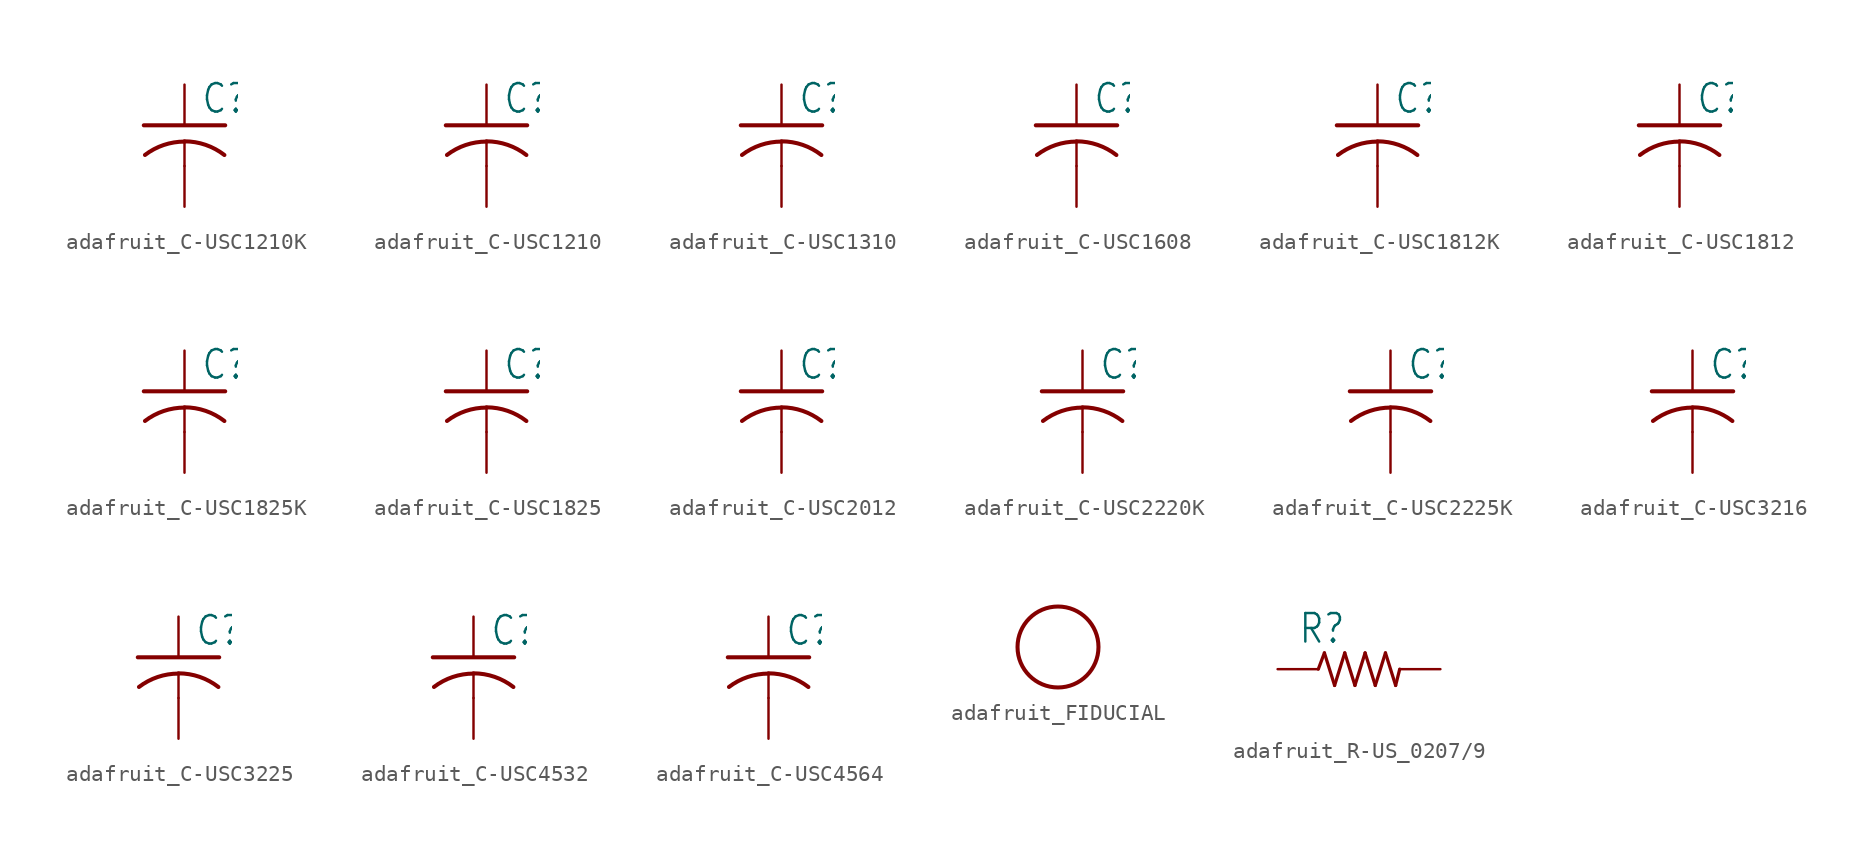
<source format=kicad_sym>
(kicad_symbol_lib
  (version 20220914)
  (generator kicad_symbol_editor)
  (symbol "adafruit_C-USC1210K"
    (property "Reference" "C"
      (at 1.016 0.635 0)
      (effects (font (size 1.778 1.511)) (justify left bottom)))
    (property "Value" ""
      (at 1.016 -4.191 0)
      (effects (font (size 1.778 1.511)) (justify left bottom)))
    (property "ki_locked" ""
      (at 0 0 0)
      (effects (font (size 1.27 1.27))))
    (symbol "adafruit_C-USC1210K_1_0"
      (arc (start 0 -1.0161) (mid -1.302 -1.2303) (end -2.4668 -1.8504) (stroke (width 0.254) (type solid)) (fill (type none)))
      (polyline (pts (xy -2.54 0) (xy 2.54 0)) (stroke (width 0.254) (type solid)) (fill (type none)))
      (polyline (pts (xy 0 -1.016) (xy 0 -2.54)) (stroke (width 0.152) (type solid)) (fill (type none)))
      (arc (start 2.4892 -1.8541) (mid 1.3158 -1.2194) (end 0 -1) (stroke (width 0.254) (type solid)) (fill (type none)))
      (pin passive line (at 0 2.54 270) (length 2.54) (name "1" (effects (font (size 0 0)))) (number "1" (effects (font (size 0 0)))))
      (pin passive line (at 0 -5.08 90) (length 2.54) (name "2" (effects (font (size 0 0)))) (number "2" (effects (font (size 0 0)))))))
  (symbol "adafruit_C-USC1210"
    (property "Reference" "C"
      (at 1.016 0.635 0)
      (effects (font (size 1.778 1.511)) (justify left bottom)))
    (property "Value" ""
      (at 1.016 -4.191 0)
      (effects (font (size 1.778 1.511)) (justify left bottom)))
    (property "ki_locked" ""
      (at 0 0 0)
      (effects (font (size 1.27 1.27))))
    (symbol "adafruit_C-USC1210_1_0"
      (arc (start 0 -1.0161) (mid -1.302 -1.2303) (end -2.4668 -1.8504) (stroke (width 0.254) (type solid)) (fill (type none)))
      (polyline (pts (xy -2.54 0) (xy 2.54 0)) (stroke (width 0.254) (type solid)) (fill (type none)))
      (polyline (pts (xy 0 -1.016) (xy 0 -2.54)) (stroke (width 0.152) (type solid)) (fill (type none)))
      (arc (start 2.4892 -1.8541) (mid 1.3158 -1.2194) (end 0 -1) (stroke (width 0.254) (type solid)) (fill (type none)))
      (pin passive line (at 0 2.54 270) (length 2.54) (name "1" (effects (font (size 0 0)))) (number "1" (effects (font (size 0 0)))))
      (pin passive line (at 0 -5.08 90) (length 2.54) (name "2" (effects (font (size 0 0)))) (number "2" (effects (font (size 0 0)))))))
  (symbol "adafruit_C-USC1310"
    (property "Reference" "C"
      (at 1.016 0.635 0)
      (effects (font (size 1.778 1.511)) (justify left bottom)))
    (property "Value" ""
      (at 1.016 -4.191 0)
      (effects (font (size 1.778 1.511)) (justify left bottom)))
    (property "ki_locked" ""
      (at 0 0 0)
      (effects (font (size 1.27 1.27))))
    (symbol "adafruit_C-USC1310_1_0"
      (arc (start 0 -1.0161) (mid -1.302 -1.2303) (end -2.4668 -1.8504) (stroke (width 0.254) (type solid)) (fill (type none)))
      (polyline (pts (xy -2.54 0) (xy 2.54 0)) (stroke (width 0.254) (type solid)) (fill (type none)))
      (polyline (pts (xy 0 -1.016) (xy 0 -2.54)) (stroke (width 0.152) (type solid)) (fill (type none)))
      (arc (start 2.4892 -1.8541) (mid 1.3158 -1.2194) (end 0 -1) (stroke (width 0.254) (type solid)) (fill (type none)))
      (pin passive line (at 0 2.54 270) (length 2.54) (name "1" (effects (font (size 0 0)))) (number "1" (effects (font (size 0 0)))))
      (pin passive line (at 0 -5.08 90) (length 2.54) (name "2" (effects (font (size 0 0)))) (number "2" (effects (font (size 0 0)))))))
  (symbol "adafruit_C-USC1608"
    (property "Reference" "C"
      (at 1.016 0.635 0)
      (effects (font (size 1.778 1.511)) (justify left bottom)))
    (property "Value" ""
      (at 1.016 -4.191 0)
      (effects (font (size 1.778 1.511)) (justify left bottom)))
    (property "ki_locked" ""
      (at 0 0 0)
      (effects (font (size 1.27 1.27))))
    (symbol "adafruit_C-USC1608_1_0"
      (arc (start 0 -1.0161) (mid -1.302 -1.2303) (end -2.4668 -1.8504) (stroke (width 0.254) (type solid)) (fill (type none)))
      (polyline (pts (xy -2.54 0) (xy 2.54 0)) (stroke (width 0.254) (type solid)) (fill (type none)))
      (polyline (pts (xy 0 -1.016) (xy 0 -2.54)) (stroke (width 0.152) (type solid)) (fill (type none)))
      (arc (start 2.4892 -1.8541) (mid 1.3158 -1.2194) (end 0 -1) (stroke (width 0.254) (type solid)) (fill (type none)))
      (pin passive line (at 0 2.54 270) (length 2.54) (name "1" (effects (font (size 0 0)))) (number "1" (effects (font (size 0 0)))))
      (pin passive line (at 0 -5.08 90) (length 2.54) (name "2" (effects (font (size 0 0)))) (number "2" (effects (font (size 0 0)))))))
  (symbol "adafruit_C-USC1812K"
    (property "Reference" "C"
      (at 1.016 0.635 0)
      (effects (font (size 1.778 1.511)) (justify left bottom)))
    (property "Value" ""
      (at 1.016 -4.191 0)
      (effects (font (size 1.778 1.511)) (justify left bottom)))
    (property "ki_locked" ""
      (at 0 0 0)
      (effects (font (size 1.27 1.27))))
    (symbol "adafruit_C-USC1812K_1_0"
      (arc (start 0 -1.0161) (mid -1.302 -1.2303) (end -2.4668 -1.8504) (stroke (width 0.254) (type solid)) (fill (type none)))
      (polyline (pts (xy -2.54 0) (xy 2.54 0)) (stroke (width 0.254) (type solid)) (fill (type none)))
      (polyline (pts (xy 0 -1.016) (xy 0 -2.54)) (stroke (width 0.152) (type solid)) (fill (type none)))
      (arc (start 2.4892 -1.8541) (mid 1.3158 -1.2194) (end 0 -1) (stroke (width 0.254) (type solid)) (fill (type none)))
      (pin passive line (at 0 2.54 270) (length 2.54) (name "1" (effects (font (size 0 0)))) (number "1" (effects (font (size 0 0)))))
      (pin passive line (at 0 -5.08 90) (length 2.54) (name "2" (effects (font (size 0 0)))) (number "2" (effects (font (size 0 0)))))))
  (symbol "adafruit_C-USC1812"
    (property "Reference" "C"
      (at 1.016 0.635 0)
      (effects (font (size 1.778 1.511)) (justify left bottom)))
    (property "Value" ""
      (at 1.016 -4.191 0)
      (effects (font (size 1.778 1.511)) (justify left bottom)))
    (property "ki_locked" ""
      (at 0 0 0)
      (effects (font (size 1.27 1.27))))
    (symbol "adafruit_C-USC1812_1_0"
      (arc (start 0 -1.0161) (mid -1.302 -1.2303) (end -2.4668 -1.8504) (stroke (width 0.254) (type solid)) (fill (type none)))
      (polyline (pts (xy -2.54 0) (xy 2.54 0)) (stroke (width 0.254) (type solid)) (fill (type none)))
      (polyline (pts (xy 0 -1.016) (xy 0 -2.54)) (stroke (width 0.152) (type solid)) (fill (type none)))
      (arc (start 2.4892 -1.8541) (mid 1.3158 -1.2194) (end 0 -1) (stroke (width 0.254) (type solid)) (fill (type none)))
      (pin passive line (at 0 2.54 270) (length 2.54) (name "1" (effects (font (size 0 0)))) (number "1" (effects (font (size 0 0)))))
      (pin passive line (at 0 -5.08 90) (length 2.54) (name "2" (effects (font (size 0 0)))) (number "2" (effects (font (size 0 0)))))))
  (symbol "adafruit_C-USC1825K"
    (property "Reference" "C"
      (at 1.016 0.635 0)
      (effects (font (size 1.778 1.511)) (justify left bottom)))
    (property "Value" ""
      (at 1.016 -4.191 0)
      (effects (font (size 1.778 1.511)) (justify left bottom)))
    (property "ki_locked" ""
      (at 0 0 0)
      (effects (font (size 1.27 1.27))))
    (symbol "adafruit_C-USC1825K_1_0"
      (arc (start 0 -1.0161) (mid -1.302 -1.2303) (end -2.4668 -1.8504) (stroke (width 0.254) (type solid)) (fill (type none)))
      (polyline (pts (xy -2.54 0) (xy 2.54 0)) (stroke (width 0.254) (type solid)) (fill (type none)))
      (polyline (pts (xy 0 -1.016) (xy 0 -2.54)) (stroke (width 0.152) (type solid)) (fill (type none)))
      (arc (start 2.4892 -1.8541) (mid 1.3158 -1.2194) (end 0 -1) (stroke (width 0.254) (type solid)) (fill (type none)))
      (pin passive line (at 0 2.54 270) (length 2.54) (name "1" (effects (font (size 0 0)))) (number "1" (effects (font (size 0 0)))))
      (pin passive line (at 0 -5.08 90) (length 2.54) (name "2" (effects (font (size 0 0)))) (number "2" (effects (font (size 0 0)))))))
  (symbol "adafruit_C-USC1825"
    (property "Reference" "C"
      (at 1.016 0.635 0)
      (effects (font (size 1.778 1.511)) (justify left bottom)))
    (property "Value" ""
      (at 1.016 -4.191 0)
      (effects (font (size 1.778 1.511)) (justify left bottom)))
    (property "ki_locked" ""
      (at 0 0 0)
      (effects (font (size 1.27 1.27))))
    (symbol "adafruit_C-USC1825_1_0"
      (arc (start 0 -1.0161) (mid -1.302 -1.2303) (end -2.4668 -1.8504) (stroke (width 0.254) (type solid)) (fill (type none)))
      (polyline (pts (xy -2.54 0) (xy 2.54 0)) (stroke (width 0.254) (type solid)) (fill (type none)))
      (polyline (pts (xy 0 -1.016) (xy 0 -2.54)) (stroke (width 0.152) (type solid)) (fill (type none)))
      (arc (start 2.4892 -1.8541) (mid 1.3158 -1.2194) (end 0 -1) (stroke (width 0.254) (type solid)) (fill (type none)))
      (pin passive line (at 0 2.54 270) (length 2.54) (name "1" (effects (font (size 0 0)))) (number "1" (effects (font (size 0 0)))))
      (pin passive line (at 0 -5.08 90) (length 2.54) (name "2" (effects (font (size 0 0)))) (number "2" (effects (font (size 0 0)))))))
  (symbol "adafruit_C-USC2012"
    (property "Reference" "C"
      (at 1.016 0.635 0)
      (effects (font (size 1.778 1.511)) (justify left bottom)))
    (property "Value" ""
      (at 1.016 -4.191 0)
      (effects (font (size 1.778 1.511)) (justify left bottom)))
    (property "ki_locked" ""
      (at 0 0 0)
      (effects (font (size 1.27 1.27))))
    (symbol "adafruit_C-USC2012_1_0"
      (arc (start 0 -1.0161) (mid -1.302 -1.2303) (end -2.4668 -1.8504) (stroke (width 0.254) (type solid)) (fill (type none)))
      (polyline (pts (xy -2.54 0) (xy 2.54 0)) (stroke (width 0.254) (type solid)) (fill (type none)))
      (polyline (pts (xy 0 -1.016) (xy 0 -2.54)) (stroke (width 0.152) (type solid)) (fill (type none)))
      (arc (start 2.4892 -1.8541) (mid 1.3158 -1.2194) (end 0 -1) (stroke (width 0.254) (type solid)) (fill (type none)))
      (pin passive line (at 0 2.54 270) (length 2.54) (name "1" (effects (font (size 0 0)))) (number "1" (effects (font (size 0 0)))))
      (pin passive line (at 0 -5.08 90) (length 2.54) (name "2" (effects (font (size 0 0)))) (number "2" (effects (font (size 0 0)))))))
  (symbol "adafruit_C-USC2220K"
    (property "Reference" "C"
      (at 1.016 0.635 0)
      (effects (font (size 1.778 1.511)) (justify left bottom)))
    (property "Value" ""
      (at 1.016 -4.191 0)
      (effects (font (size 1.778 1.511)) (justify left bottom)))
    (property "ki_locked" ""
      (at 0 0 0)
      (effects (font (size 1.27 1.27))))
    (symbol "adafruit_C-USC2220K_1_0"
      (arc (start 0 -1.0161) (mid -1.302 -1.2303) (end -2.4668 -1.8504) (stroke (width 0.254) (type solid)) (fill (type none)))
      (polyline (pts (xy -2.54 0) (xy 2.54 0)) (stroke (width 0.254) (type solid)) (fill (type none)))
      (polyline (pts (xy 0 -1.016) (xy 0 -2.54)) (stroke (width 0.152) (type solid)) (fill (type none)))
      (arc (start 2.4892 -1.8541) (mid 1.3158 -1.2194) (end 0 -1) (stroke (width 0.254) (type solid)) (fill (type none)))
      (pin passive line (at 0 2.54 270) (length 2.54) (name "1" (effects (font (size 0 0)))) (number "1" (effects (font (size 0 0)))))
      (pin passive line (at 0 -5.08 90) (length 2.54) (name "2" (effects (font (size 0 0)))) (number "2" (effects (font (size 0 0)))))))
  (symbol "adafruit_C-USC2225K"
    (property "Reference" "C"
      (at 1.016 0.635 0)
      (effects (font (size 1.778 1.511)) (justify left bottom)))
    (property "Value" ""
      (at 1.016 -4.191 0)
      (effects (font (size 1.778 1.511)) (justify left bottom)))
    (property "ki_locked" ""
      (at 0 0 0)
      (effects (font (size 1.27 1.27))))
    (symbol "adafruit_C-USC2225K_1_0"
      (arc (start 0 -1.0161) (mid -1.302 -1.2303) (end -2.4668 -1.8504) (stroke (width 0.254) (type solid)) (fill (type none)))
      (polyline (pts (xy -2.54 0) (xy 2.54 0)) (stroke (width 0.254) (type solid)) (fill (type none)))
      (polyline (pts (xy 0 -1.016) (xy 0 -2.54)) (stroke (width 0.152) (type solid)) (fill (type none)))
      (arc (start 2.4892 -1.8541) (mid 1.3158 -1.2194) (end 0 -1) (stroke (width 0.254) (type solid)) (fill (type none)))
      (pin passive line (at 0 2.54 270) (length 2.54) (name "1" (effects (font (size 0 0)))) (number "1" (effects (font (size 0 0)))))
      (pin passive line (at 0 -5.08 90) (length 2.54) (name "2" (effects (font (size 0 0)))) (number "2" (effects (font (size 0 0)))))))
  (symbol "adafruit_C-USC3216"
    (property "Reference" "C"
      (at 1.016 0.635 0)
      (effects (font (size 1.778 1.511)) (justify left bottom)))
    (property "Value" ""
      (at 1.016 -4.191 0)
      (effects (font (size 1.778 1.511)) (justify left bottom)))
    (property "ki_locked" ""
      (at 0 0 0)
      (effects (font (size 1.27 1.27))))
    (symbol "adafruit_C-USC3216_1_0"
      (arc (start 0 -1.0161) (mid -1.302 -1.2303) (end -2.4668 -1.8504) (stroke (width 0.254) (type solid)) (fill (type none)))
      (polyline (pts (xy -2.54 0) (xy 2.54 0)) (stroke (width 0.254) (type solid)) (fill (type none)))
      (polyline (pts (xy 0 -1.016) (xy 0 -2.54)) (stroke (width 0.152) (type solid)) (fill (type none)))
      (arc (start 2.4892 -1.8541) (mid 1.3158 -1.2194) (end 0 -1) (stroke (width 0.254) (type solid)) (fill (type none)))
      (pin passive line (at 0 2.54 270) (length 2.54) (name "1" (effects (font (size 0 0)))) (number "1" (effects (font (size 0 0)))))
      (pin passive line (at 0 -5.08 90) (length 2.54) (name "2" (effects (font (size 0 0)))) (number "2" (effects (font (size 0 0)))))))
  (symbol "adafruit_C-USC3225"
    (property "Reference" "C"
      (at 1.016 0.635 0)
      (effects (font (size 1.778 1.511)) (justify left bottom)))
    (property "Value" ""
      (at 1.016 -4.191 0)
      (effects (font (size 1.778 1.511)) (justify left bottom)))
    (property "ki_locked" ""
      (at 0 0 0)
      (effects (font (size 1.27 1.27))))
    (symbol "adafruit_C-USC3225_1_0"
      (arc (start 0 -1.0161) (mid -1.302 -1.2303) (end -2.4668 -1.8504) (stroke (width 0.254) (type solid)) (fill (type none)))
      (polyline (pts (xy -2.54 0) (xy 2.54 0)) (stroke (width 0.254) (type solid)) (fill (type none)))
      (polyline (pts (xy 0 -1.016) (xy 0 -2.54)) (stroke (width 0.152) (type solid)) (fill (type none)))
      (arc (start 2.4892 -1.8541) (mid 1.3158 -1.2194) (end 0 -1) (stroke (width 0.254) (type solid)) (fill (type none)))
      (pin passive line (at 0 2.54 270) (length 2.54) (name "1" (effects (font (size 0 0)))) (number "1" (effects (font (size 0 0)))))
      (pin passive line (at 0 -5.08 90) (length 2.54) (name "2" (effects (font (size 0 0)))) (number "2" (effects (font (size 0 0)))))))
  (symbol "adafruit_C-USC4532"
    (property "Reference" "C"
      (at 1.016 0.635 0)
      (effects (font (size 1.778 1.511)) (justify left bottom)))
    (property "Value" ""
      (at 1.016 -4.191 0)
      (effects (font (size 1.778 1.511)) (justify left bottom)))
    (property "ki_locked" ""
      (at 0 0 0)
      (effects (font (size 1.27 1.27))))
    (symbol "adafruit_C-USC4532_1_0"
      (arc (start 0 -1.0161) (mid -1.302 -1.2303) (end -2.4668 -1.8504) (stroke (width 0.254) (type solid)) (fill (type none)))
      (polyline (pts (xy -2.54 0) (xy 2.54 0)) (stroke (width 0.254) (type solid)) (fill (type none)))
      (polyline (pts (xy 0 -1.016) (xy 0 -2.54)) (stroke (width 0.152) (type solid)) (fill (type none)))
      (arc (start 2.4892 -1.8541) (mid 1.3158 -1.2194) (end 0 -1) (stroke (width 0.254) (type solid)) (fill (type none)))
      (pin passive line (at 0 2.54 270) (length 2.54) (name "1" (effects (font (size 0 0)))) (number "1" (effects (font (size 0 0)))))
      (pin passive line (at 0 -5.08 90) (length 2.54) (name "2" (effects (font (size 0 0)))) (number "2" (effects (font (size 0 0)))))))
  (symbol "adafruit_C-USC4564"
    (property "Reference" "C"
      (at 1.016 0.635 0)
      (effects (font (size 1.778 1.511)) (justify left bottom)))
    (property "Value" ""
      (at 1.016 -4.191 0)
      (effects (font (size 1.778 1.511)) (justify left bottom)))
    (property "ki_locked" ""
      (at 0 0 0)
      (effects (font (size 1.27 1.27))))
    (symbol "adafruit_C-USC4564_1_0"
      (arc (start 0 -1.0161) (mid -1.302 -1.2303) (end -2.4668 -1.8504) (stroke (width 0.254) (type solid)) (fill (type none)))
      (polyline (pts (xy -2.54 0) (xy 2.54 0)) (stroke (width 0.254) (type solid)) (fill (type none)))
      (polyline (pts (xy 0 -1.016) (xy 0 -2.54)) (stroke (width 0.152) (type solid)) (fill (type none)))
      (arc (start 2.4892 -1.8541) (mid 1.3158 -1.2194) (end 0 -1) (stroke (width 0.254) (type solid)) (fill (type none)))
      (pin passive line (at 0 2.54 270) (length 2.54) (name "1" (effects (font (size 0 0)))) (number "1" (effects (font (size 0 0)))))
      (pin passive line (at 0 -5.08 90) (length 2.54) (name "2" (effects (font (size 0 0)))) (number "2" (effects (font (size 0 0)))))))
  (symbol "adafruit_FIDUCIAL"
    (property "Reference" ""
      (at 0 0 0)
      (effects (font (size 1.27 1.27)) hide))
    (property "ki_locked" ""
      (at 0 0 0)
      (effects (font (size 1.27 1.27))))
    (symbol "adafruit_FIDUCIAL_1_0"
      (circle (center 0 0) (radius 2.54) (stroke (width 0.254) (type solid)) (fill (type none)))))
  (symbol "adafruit_R-US_0207/9"
    (property "Reference" "R"
      (at -3.81 1.499 0)
      (effects (font (size 1.778 1.511)) (justify left bottom)))
    (property "Value" ""
      (at -3.81 -3.302 0)
      (effects (font (size 1.778 1.511)) (justify left bottom)))
    (property "ki_locked" ""
      (at 0 0 0)
      (effects (font (size 1.27 1.27))))
    (symbol "adafruit_R-US_0207/9_1_0"
      (polyline (pts (xy -2.54 0) (xy -2.159 1.016)) (stroke (width 0.203) (type solid)) (fill (type none)))
      (polyline (pts (xy -2.159 1.016) (xy -1.524 -1.016)) (stroke (width 0.203) (type solid)) (fill (type none)))
      (polyline (pts (xy -1.524 -1.016) (xy -0.889 1.016)) (stroke (width 0.203) (type solid)) (fill (type none)))
      (polyline (pts (xy -0.889 1.016) (xy -0.254 -1.016)) (stroke (width 0.203) (type solid)) (fill (type none)))
      (polyline (pts (xy -0.254 -1.016) (xy 0.381 1.016)) (stroke (width 0.203) (type solid)) (fill (type none)))
      (polyline (pts (xy 0.381 1.016) (xy 1.016 -1.016)) (stroke (width 0.203) (type solid)) (fill (type none)))
      (polyline (pts (xy 1.016 -1.016) (xy 1.651 1.016)) (stroke (width 0.203) (type solid)) (fill (type none)))
      (polyline (pts (xy 1.651 1.016) (xy 2.286 -1.016)) (stroke (width 0.203) (type solid)) (fill (type none)))
      (polyline (pts (xy 2.286 -1.016) (xy 2.54 0)) (stroke (width 0.203) (type solid)) (fill (type none)))
      (pin passive line (at -5.08 0 0) (length 2.54) (name "1" (effects (font (size 0 0)))) (number "1" (effects (font (size 0 0)))))
      (pin passive line (at 5.08 0 180) (length 2.54) (name "2" (effects (font (size 0 0)))) (number "2" (effects (font (size 0 0))))))))
</source>
